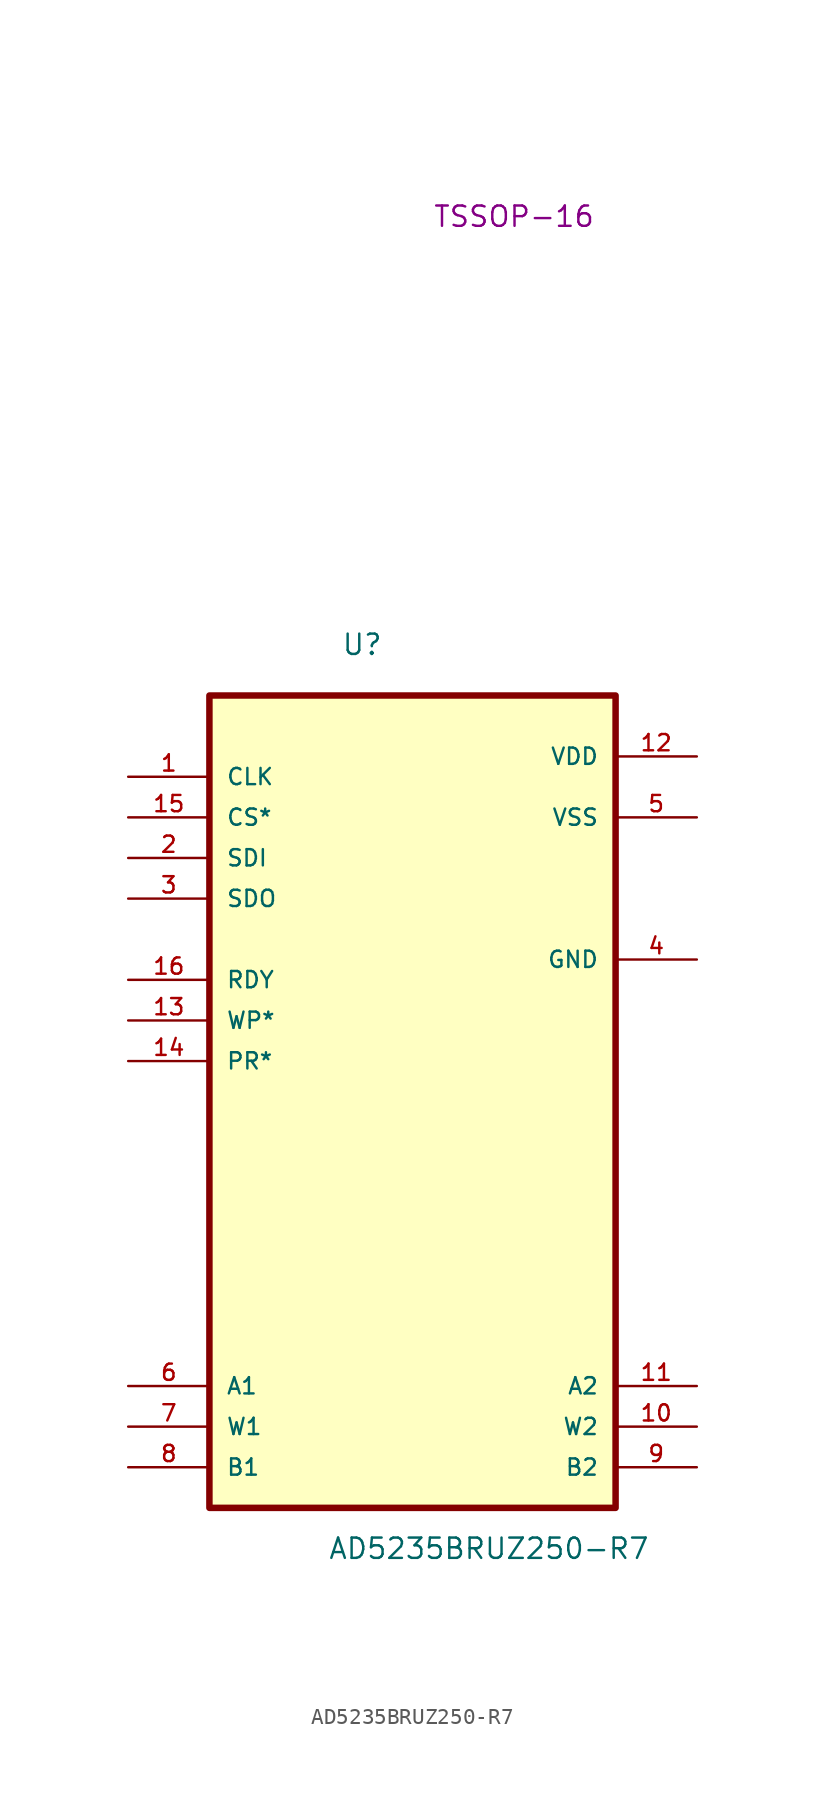
<source format=kicad_sym>
(kicad_symbol_lib
  (version 20220914)
  (generator kicad_symbol_editor)
  (symbol "AD5235BRUZ250-R7"
    (pin_names
      (offset 1.016))
    (property "Reference" "U"
      (at -4.458 25.298 0)
      (effects (font (size 1.27 1.27)) (justify left bottom)))
    (property "Value" "AD5235BRUZ250-R7"
      (at -5.298 -31.23 0)
      (effects (font (size 1.27 1.27)) (justify left bottom)))
    (property "PACKAGE" "TSSOP-16"
      (at 6.35 52.07 0)
      (effects (font (size 1.27 1.27)) (justify bottom)))
    (symbol "AD5235BRUZ250-R7_0_0"
      (rectangle (start -12.7 -27.94) (end 12.7 22.86) (stroke (width 0.406) (type default)) (fill (type background)))
      (pin passive line (at -17.78 17.78 0) (length 5.08) (name "CLK" (effects (font (size 1.016 1.016)))) (number "1" (effects (font (size 1.016 1.016)))))
      (pin passive line (at 17.78 -22.86 180) (length 5.08) (name "W2" (effects (font (size 1.016 1.016)))) (number "10" (effects (font (size 1.016 1.016)))))
      (pin passive line (at 17.78 -20.32 180) (length 5.08) (name "A2" (effects (font (size 1.016 1.016)))) (number "11" (effects (font (size 1.016 1.016)))))
      (pin power_in line (at 17.78 19.05 180) (length 5.08) (name "VDD" (effects (font (size 1.016 1.016)))) (number "12" (effects (font (size 1.016 1.016)))))
      (pin passive line (at -17.78 2.54 0) (length 5.08) (name "WP*" (effects (font (size 1.016 1.016)))) (number "13" (effects (font (size 1.016 1.016)))))
      (pin passive line (at -17.78 0 0) (length 5.08) (name "PR*" (effects (font (size 1.016 1.016)))) (number "14" (effects (font (size 1.016 1.016)))))
      (pin passive line (at -17.78 15.24 0) (length 5.08) (name "CS*" (effects (font (size 1.016 1.016)))) (number "15" (effects (font (size 1.016 1.016)))))
      (pin passive line (at -17.78 5.08 0) (length 5.08) (name "RDY" (effects (font (size 1.016 1.016)))) (number "16" (effects (font (size 1.016 1.016)))))
      (pin passive line (at -17.78 12.7 0) (length 5.08) (name "SDI" (effects (font (size 1.016 1.016)))) (number "2" (effects (font (size 1.016 1.016)))))
      (pin passive line (at -17.78 10.16 0) (length 5.08) (name "SDO" (effects (font (size 1.016 1.016)))) (number "3" (effects (font (size 1.016 1.016)))))
      (pin passive line (at 17.78 6.35 180) (length 5.08) (name "GND" (effects (font (size 1.016 1.016)))) (number "4" (effects (font (size 1.016 1.016)))))
      (pin power_in line (at 17.78 15.24 180) (length 5.08) (name "VSS" (effects (font (size 1.016 1.016)))) (number "5" (effects (font (size 1.016 1.016)))))
      (pin passive line (at -17.78 -20.32 0) (length 5.08) (name "A1" (effects (font (size 1.016 1.016)))) (number "6" (effects (font (size 1.016 1.016)))))
      (pin passive line (at -17.78 -22.86 0) (length 5.08) (name "W1" (effects (font (size 1.016 1.016)))) (number "7" (effects (font (size 1.016 1.016)))))
      (pin passive line (at -17.78 -25.4 0) (length 5.08) (name "B1" (effects (font (size 1.016 1.016)))) (number "8" (effects (font (size 1.016 1.016)))))
      (pin passive line (at 17.78 -25.4 180) (length 5.08) (name "B2" (effects (font (size 1.016 1.016)))) (number "9" (effects (font (size 1.016 1.016))))))))
</source>
